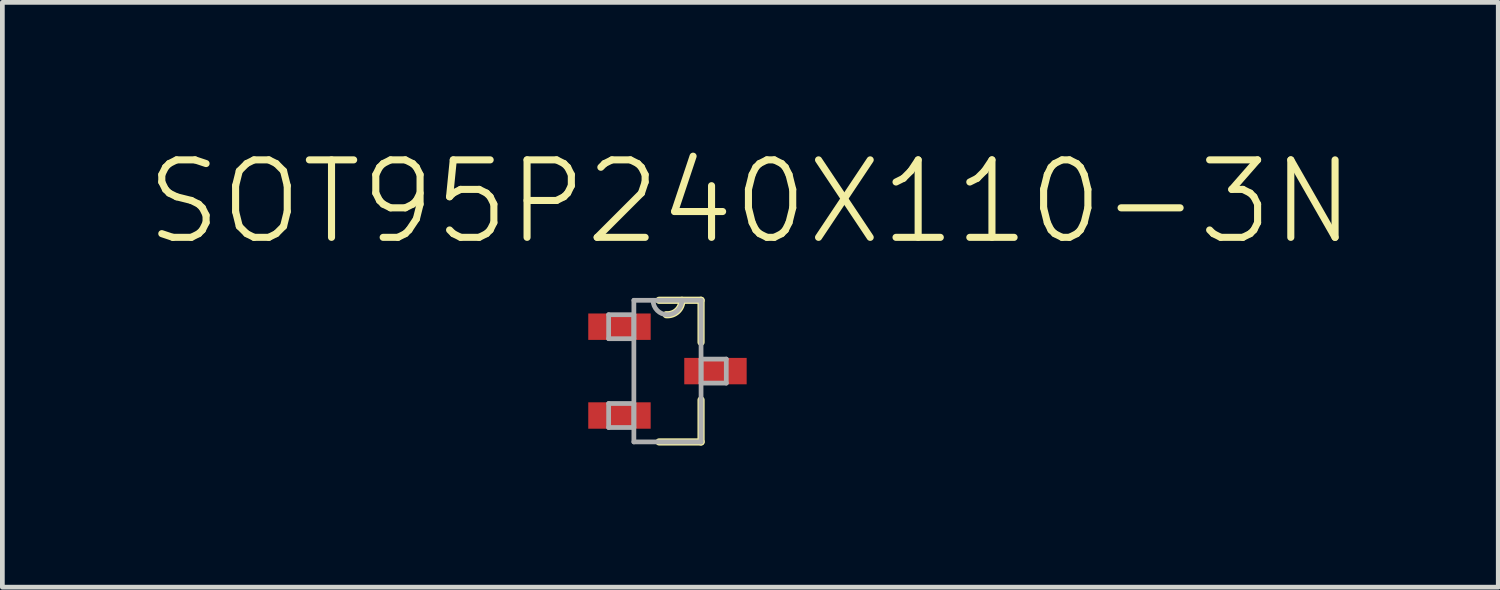
<source format=kicad_pcb>
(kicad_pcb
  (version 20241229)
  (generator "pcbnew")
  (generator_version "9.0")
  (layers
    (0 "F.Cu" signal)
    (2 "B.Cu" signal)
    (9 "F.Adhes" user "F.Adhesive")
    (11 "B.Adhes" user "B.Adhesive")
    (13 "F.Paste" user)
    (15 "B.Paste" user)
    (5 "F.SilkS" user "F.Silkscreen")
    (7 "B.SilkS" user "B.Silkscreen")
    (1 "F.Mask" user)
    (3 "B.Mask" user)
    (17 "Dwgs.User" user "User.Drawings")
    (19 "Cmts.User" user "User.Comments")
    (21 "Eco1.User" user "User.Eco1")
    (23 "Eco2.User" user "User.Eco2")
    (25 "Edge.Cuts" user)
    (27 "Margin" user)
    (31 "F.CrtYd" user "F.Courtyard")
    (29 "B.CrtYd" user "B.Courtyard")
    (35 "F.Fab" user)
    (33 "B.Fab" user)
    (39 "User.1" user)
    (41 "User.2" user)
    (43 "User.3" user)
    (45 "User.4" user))
  (footprint "SOT95P240X110-3N"
    (layer "F.Cu")
    (at 11.078 4.805)
    (property "Reference" "SOT95P240X110-3N" (at 1.753 -3.582 0) (layer "F.SilkS") (effects (font (size 1.64 1.64) (thickness 0.15))))
    (attr smd)
    (fp_line (start -0.178 1.499) (end 0.711 1.499) (stroke (width 0.152) (type solid)) (layer "F.SilkS"))
    (fp_line (start 0.711 -1.499) (end -0.178 -1.499) (stroke (width 0.152) (type solid)) (layer "F.SilkS"))
    (fp_line (start 0.711 -0.61) (end 0.711 -1.499) (stroke (width 0.152) (type solid)) (layer "F.SilkS"))
    (fp_line (start 0.711 1.499) (end 0.711 0.61) (stroke (width 0.152) (type solid)) (layer "F.SilkS"))
    (fp_arc (start 0.3048 -1.4986) (mid 0.206758 -1.273554) (end -0.0254 -1.1938) (stroke (width 0.1524) (type solid)) (layer "F.SilkS"))
    (fp_line (start -1.245 -1.194) (end -1.245 -0.686) (stroke (width 0.1) (type solid)) (layer "F.Fab"))
    (fp_line (start -1.245 -0.686) (end -0.711 -0.686) (stroke (width 0.1) (type solid)) (layer "F.Fab"))
    (fp_line (start -1.245 0.686) (end -1.245 1.194) (stroke (width 0.1) (type solid)) (layer "F.Fab"))
    (fp_line (start -1.245 1.194) (end -0.711 1.194) (stroke (width 0.1) (type solid)) (layer "F.Fab"))
    (fp_line (start -0.711 -1.499) (end -0.711 1.499) (stroke (width 0.1) (type solid)) (layer "F.Fab"))
    (fp_line (start -0.711 -1.194) (end -1.245 -1.194) (stroke (width 0.1) (type solid)) (layer "F.Fab"))
    (fp_line (start -0.711 -0.686) (end -0.711 -1.194) (stroke (width 0.1) (type solid)) (layer "F.Fab"))
    (fp_line (start -0.711 0.686) (end -1.245 0.686) (stroke (width 0.1) (type solid)) (layer "F.Fab"))
    (fp_line (start -0.711 1.194) (end -0.711 0.686) (stroke (width 0.1) (type solid)) (layer "F.Fab"))
    (fp_line (start -0.711 1.499) (end 0.711 1.499) (stroke (width 0.1) (type solid)) (layer "F.Fab"))
    (fp_line (start 0.711 -1.499) (end -0.711 -1.499) (stroke (width 0.1) (type solid)) (layer "F.Fab"))
    (fp_line (start 0.711 -0.254) (end 0.711 0.254) (stroke (width 0.1) (type solid)) (layer "F.Fab"))
    (fp_line (start 0.711 0.254) (end 1.245 0.254) (stroke (width 0.1) (type solid)) (layer "F.Fab"))
    (fp_line (start 0.711 1.499) (end 0.711 -1.499) (stroke (width 0.1) (type solid)) (layer "F.Fab"))
    (fp_line (start 1.245 -0.254) (end 0.711 -0.254) (stroke (width 0.1) (type solid)) (layer "F.Fab"))
    (fp_line (start 1.245 0.254) (end 1.245 -0.254) (stroke (width 0.1) (type solid)) (layer "F.Fab"))
    (fp_arc (start 0.3048 -1.4986) (mid 0 -1.1938) (end -0.3048 -1.4986) (stroke (width 0.1) (type solid)) (layer "F.Fab"))
    (pad "1" smd rect (at -1.016 -0.94) (size 1.321 0.559) (layers "F.Cu" "F.Mask" "F.Paste"))
    (pad "2" smd rect (at -1.016 0.94) (size 1.321 0.559) (layers "F.Cu" "F.Mask" "F.Paste"))
    (pad "3" smd rect (at 1.016 0) (size 1.321 0.559) (layers "F.Cu" "F.Mask" "F.Paste")))
  (gr_rect
    (start -3 -3)
    (end 28.663 9.379)
    (stroke (width 0.1) (type default))
    (fill no)
    (layer "Edge.Cuts")))
</source>
